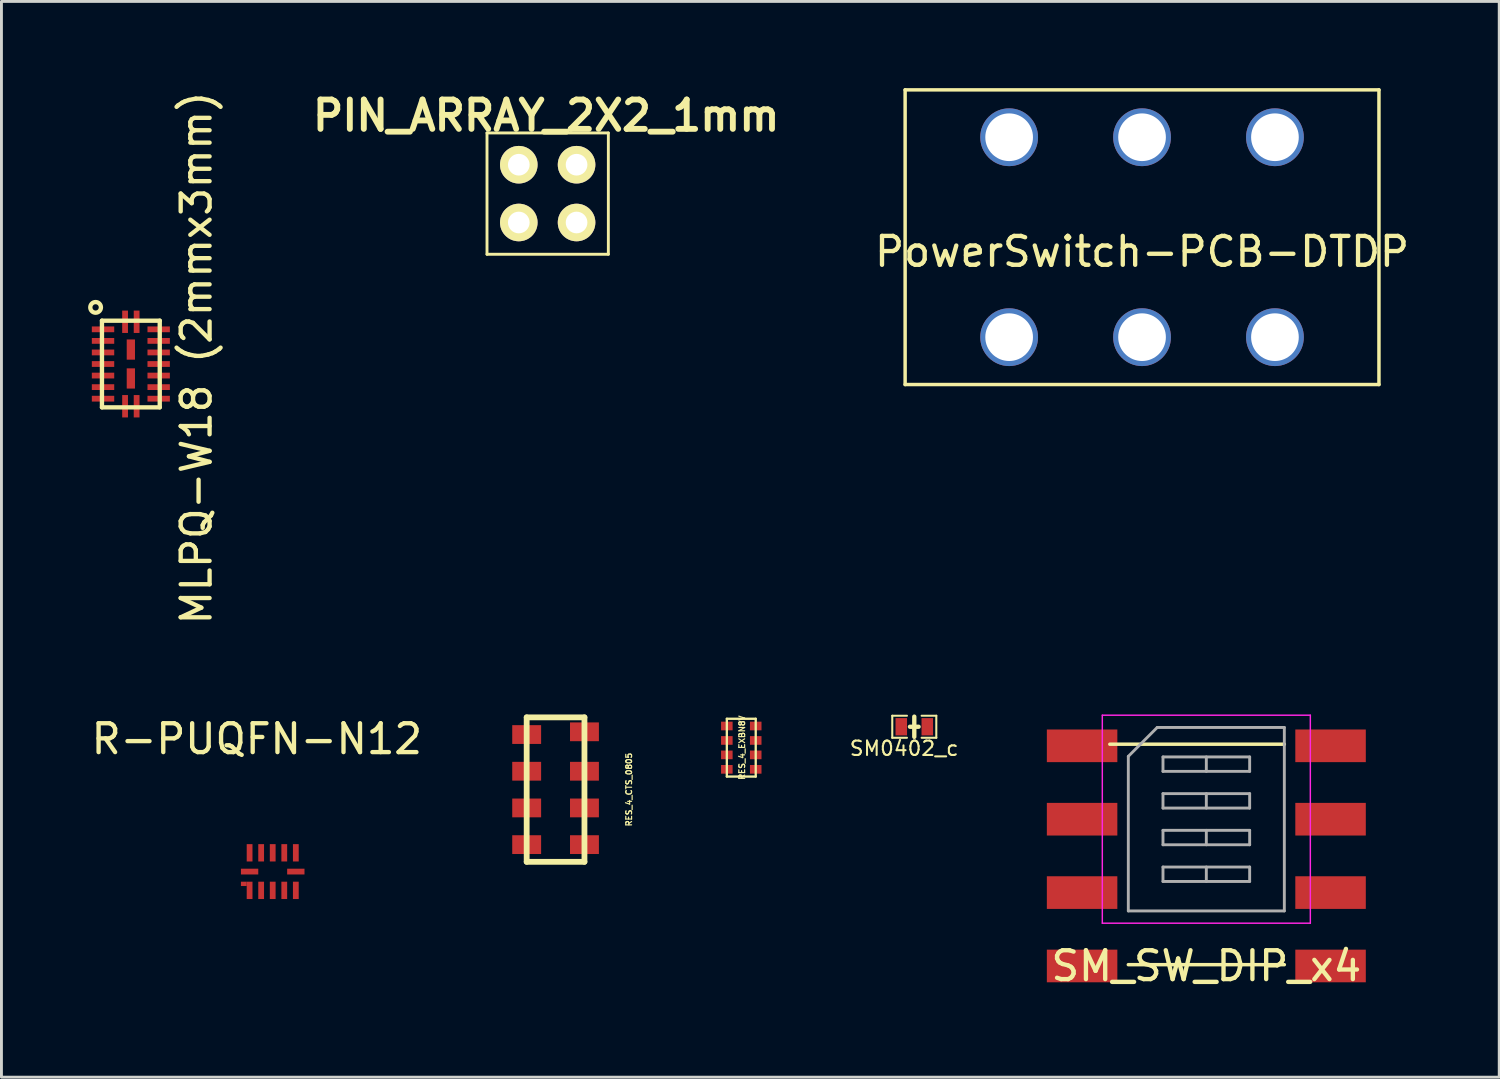
<source format=kicad_pcb>
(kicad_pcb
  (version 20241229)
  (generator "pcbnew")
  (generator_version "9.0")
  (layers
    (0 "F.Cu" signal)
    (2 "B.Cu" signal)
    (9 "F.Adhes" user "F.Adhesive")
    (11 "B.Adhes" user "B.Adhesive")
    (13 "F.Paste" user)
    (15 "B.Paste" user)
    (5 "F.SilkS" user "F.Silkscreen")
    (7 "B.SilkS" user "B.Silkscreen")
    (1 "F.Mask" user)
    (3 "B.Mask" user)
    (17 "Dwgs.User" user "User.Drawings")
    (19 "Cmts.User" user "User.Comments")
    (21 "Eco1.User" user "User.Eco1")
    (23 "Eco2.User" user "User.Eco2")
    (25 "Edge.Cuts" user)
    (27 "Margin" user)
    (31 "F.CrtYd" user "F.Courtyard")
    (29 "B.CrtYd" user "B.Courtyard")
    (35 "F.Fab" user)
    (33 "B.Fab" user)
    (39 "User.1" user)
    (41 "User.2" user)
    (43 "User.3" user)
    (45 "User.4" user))
  (footprint "PIN_ARRAY_2X2_1mm"
    (layer "F.Cu")
    (at 15.906 3.651)
    (property "Reference" "PIN_ARRAY_2X2_1mm" (at -0.05 -2.7 0) (layer "F.SilkS") (effects (font (size 1.016 1.016) (thickness 0.203))))
    (attr through_hole)
    (fp_line (start -2.1 -2.1) (end 2.1 -2.1) (stroke (width 0.1) (type solid)) (layer "F.SilkS"))
    (fp_line (start -2.1 2.1) (end -2.1 -2.1) (stroke (width 0.1) (type solid)) (layer "F.SilkS"))
    (fp_line (start 2.1 -2.1) (end 2.1 2.1) (stroke (width 0.1) (type solid)) (layer "F.SilkS"))
    (fp_line (start 2.1 2.1) (end -2.1 2.1) (stroke (width 0.1) (type solid)) (layer "F.SilkS"))
    (pad "1" thru_hole circle (at -1 1) (size 1.3 1.3) (drill 0.75) (layers "*.Cu" "*.Mask" "F.SilkS"))
    (pad "2" thru_hole circle (at -1 -1) (size 1.3 1.3) (drill 0.75) (layers "*.Cu" "*.Mask" "F.SilkS"))
    (pad "3" thru_hole circle (at 1 1) (size 1.3 1.3) (drill 0.75) (layers "*.Cu" "*.Mask" "F.SilkS"))
    (pad "4" thru_hole circle (at 1 -1) (size 1.3 1.3) (drill 0.75) (layers "*.Cu" "*.Mask" "F.SilkS")))
  (footprint "RES_4_EXBN8V"
    (layer "F.Cu")
    (at 22.607 22.828)
    (property "Reference" "RES_4_EXBN8V" (at 0.025 0 90) (layer "F.SilkS") (effects (font (size 0.201 0.201) (thickness 0.041))))
    (attr smd)
    (fp_line (start -0.5 -1) (end -0.5 1) (stroke (width 0.08) (type solid)) (layer "F.SilkS"))
    (fp_line (start -0.5 1) (end 0.5 1) (stroke (width 0.08) (type solid)) (layer "F.SilkS"))
    (fp_line (start 0.5 -1) (end -0.5 -1) (stroke (width 0.08) (type solid)) (layer "F.SilkS"))
    (fp_line (start 0.5 1) (end 0.5 -1) (stroke (width 0.08) (type solid)) (layer "F.SilkS"))
    (pad "1" smd rect (at 0.5 0.75) (size 0.4 0.3) (layers "F.Cu" "F.Mask" "F.Paste"))
    (pad "2" smd rect (at 0.5 0.25) (size 0.4 0.3) (layers "F.Cu" "F.Mask" "F.Paste"))
    (pad "3" smd rect (at 0.5 -0.25) (size 0.4 0.3) (layers "F.Cu" "F.Mask" "F.Paste"))
    (pad "4" smd rect (at 0.5 -0.75) (size 0.4 0.3) (layers "F.Cu" "F.Mask" "F.Paste"))
    (pad "5" smd rect (at -0.5 -0.75) (size 0.4 0.3) (layers "F.Cu" "F.Mask" "F.Paste"))
    (pad "6" smd rect (at -0.5 -0.25) (size 0.4 0.3) (layers "F.Cu" "F.Mask" "F.Paste"))
    (pad "7" smd rect (at -0.5 0.25) (size 0.4 0.3) (layers "F.Cu" "F.Mask" "F.Paste"))
    (pad "8" smd rect (at -0.5 0.75) (size 0.4 0.3) (layers "F.Cu" "F.Mask" "F.Paste")))
  (footprint "R-PUQFN-N12"
    (layer "F.Cu")
    (at 6.389 27.117)
    (property "Reference" "R-PUQFN-N12" (at -0.55 -4.59 0) (layer "F.SilkS") (effects (font (size 1 1) (thickness 0.15))))
    (attr through_hole)
    (pad "1" smd rect (at -1 0.425) (size 0.2 0.15) (layers "F.Cu" "F.Mask" "F.Paste"))
    (pad "1" smd rect (at -0.8 0.65) (size 0.2 0.6) (layers "F.Cu" "F.Mask" "F.Paste"))
    (pad "2" smd rect (at -0.4 0.65) (size 0.2 0.6) (layers "F.Cu" "F.Mask" "F.Paste"))
    (pad "3" smd rect (at 0 0.65) (size 0.2 0.6) (layers "F.Cu" "F.Mask" "F.Paste"))
    (pad "4" smd rect (at 0.4 0.65) (size 0.2 0.6) (layers "F.Cu" "F.Mask" "F.Paste"))
    (pad "5" smd rect (at 0.8 0.65) (size 0.2 0.6) (layers "F.Cu" "F.Mask" "F.Paste"))
    (pad "6" smd rect (at 0.8 0 90) (size 0.2 0.6) (layers "F.Cu" "F.Mask" "F.Paste"))
    (pad "7" smd rect (at 0.8 -0.65) (size 0.2 0.6) (layers "F.Cu" "F.Mask" "F.Paste"))
    (pad "8" smd rect (at 0.4 -0.65) (size 0.2 0.6) (layers "F.Cu" "F.Mask" "F.Paste"))
    (pad "9" smd rect (at 0 -0.65) (size 0.2 0.6) (layers "F.Cu" "F.Mask" "F.Paste"))
    (pad "10" smd rect (at -0.4 -0.65) (size 0.2 0.6) (layers "F.Cu" "F.Mask" "F.Paste"))
    (pad "11" smd rect (at -0.8 -0.65) (size 0.2 0.6) (layers "F.Cu" "F.Mask" "F.Paste"))
    (pad "12" smd rect (at -0.8 0 90) (size 0.2 0.6) (layers "F.Cu" "F.Mask" "F.Paste")))
  (footprint "PowerSwitch-PCB-DTDP"
    (layer "F.Cu")
    (at 36.478 5.16)
    (property "Reference" "PowerSwitch-PCB-DTDP" (at 0 0.5 0) (layer "F.SilkS") (effects (font (size 1 1) (thickness 0.15))))
    (attr through_hole)
    (fp_line (start -8.2 -5.1) (end -8.2 5.1) (stroke (width 0.12) (type solid)) (layer "F.SilkS"))
    (fp_line (start -8.2 5.1) (end 8.2 5.1) (stroke (width 0.12) (type solid)) (layer "F.SilkS"))
    (fp_line (start 8.2 -5.1) (end -8.2 -5.1) (stroke (width 0.12) (type solid)) (layer "F.SilkS"))
    (fp_line (start 8.2 5.1) (end 8.2 -5.1) (stroke (width 0.12) (type solid)) (layer "F.SilkS"))
    (pad "1" thru_hole circle (at -4.6 3.46) (size 2 2) (drill 1.65) (layers "*.Cu" "*.Mask"))
    (pad "2" thru_hole circle (at 0 3.46) (size 2 2) (drill 1.65) (layers "*.Cu" "*.Mask"))
    (pad "3" thru_hole circle (at 4.6 3.46) (size 2 2) (drill 1.65) (layers "*.Cu" "*.Mask"))
    (pad "4" thru_hole circle (at 4.6 -3.46) (size 2 2) (drill 1.65) (layers "*.Cu" "*.Mask"))
    (pad "5" thru_hole circle (at 0 -3.46) (size 2 2) (drill 1.65) (layers "*.Cu" "*.Mask"))
    (pad "6" thru_hole circle (at -4.6 -3.46) (size 2 2) (drill 1.65) (layers "*.Cu" "*.Mask")))
  (footprint "SM_SW_DIP_x4"
    (layer "F.Cu")
    (at 38.703 26.574)
    (property "Reference" "SM_SW_DIP_x4" (at 0 3.81 0) (layer "F.SilkS") (effects (font (size 1 1) (thickness 0.15))))
    (attr smd)
    (fp_line (start -3.34 -3.865) (end 2.7 -3.865) (stroke (width 0.12) (type solid)) (layer "F.SilkS"))
    (fp_line (start -2.7 3.765) (end 2.7 3.765) (stroke (width 0.12) (type solid)) (layer "F.SilkS"))
    (fp_line (start -3.6 -4.87) (end -3.6 2.33) (stroke (width 0.05) (type solid)) (layer "F.CrtYd"))
    (fp_line (start -3.6 2.33) (end 3.6 2.33) (stroke (width 0.05) (type solid)) (layer "F.CrtYd"))
    (fp_line (start 3.6 -4.87) (end -3.6 -4.87) (stroke (width 0.05) (type solid)) (layer "F.CrtYd"))
    (fp_line (start 3.6 2.33) (end 3.6 -4.87) (stroke (width 0.05) (type solid)) (layer "F.CrtYd"))
    (fp_line (start -2.7 -3.445) (end -1.7 -4.445) (stroke (width 0.1) (type solid)) (layer "F.Fab"))
    (fp_line (start -2.7 1.905) (end -2.7 -3.445) (stroke (width 0.1) (type solid)) (layer "F.Fab"))
    (fp_line (start -1.7 -4.445) (end 2.7 -4.445) (stroke (width 0.1) (type solid)) (layer "F.Fab"))
    (fp_line (start -1.5 -3.425) (end -1.5 -2.925) (stroke (width 0.1) (type solid)) (layer "F.Fab"))
    (fp_line (start -1.5 -2.925) (end 1.5 -2.925) (stroke (width 0.1) (type solid)) (layer "F.Fab"))
    (fp_line (start -1.5 -2.155) (end -1.5 -1.655) (stroke (width 0.1) (type solid)) (layer "F.Fab"))
    (fp_line (start -1.5 -1.655) (end 1.5 -1.655) (stroke (width 0.1) (type solid)) (layer "F.Fab"))
    (fp_line (start -1.5 -0.885) (end -1.5 -0.385) (stroke (width 0.1) (type solid)) (layer "F.Fab"))
    (fp_line (start -1.5 -0.385) (end 1.5 -0.385) (stroke (width 0.1) (type solid)) (layer "F.Fab"))
    (fp_line (start -1.5 0.385) (end -1.5 0.885) (stroke (width 0.1) (type solid)) (layer "F.Fab"))
    (fp_line (start -1.5 0.885) (end 1.5 0.885) (stroke (width 0.1) (type solid)) (layer "F.Fab"))
    (fp_line (start 0 -3.425) (end 0 -2.925) (stroke (width 0.1) (type solid)) (layer "F.Fab"))
    (fp_line (start 0 -2.155) (end 0 -1.655) (stroke (width 0.1) (type solid)) (layer "F.Fab"))
    (fp_line (start 0 -0.885) (end 0 -0.385) (stroke (width 0.1) (type solid)) (layer "F.Fab"))
    (fp_line (start 0 0.385) (end 0 0.885) (stroke (width 0.1) (type solid)) (layer "F.Fab"))
    (fp_line (start 1.5 -3.425) (end -1.5 -3.425) (stroke (width 0.1) (type solid)) (layer "F.Fab"))
    (fp_line (start 1.5 -2.925) (end 1.5 -3.425) (stroke (width 0.1) (type solid)) (layer "F.Fab"))
    (fp_line (start 1.5 -2.155) (end -1.5 -2.155) (stroke (width 0.1) (type solid)) (layer "F.Fab"))
    (fp_line (start 1.5 -1.655) (end 1.5 -2.155) (stroke (width 0.1) (type solid)) (layer "F.Fab"))
    (fp_line (start 1.5 -0.885) (end -1.5 -0.885) (stroke (width 0.1) (type solid)) (layer "F.Fab"))
    (fp_line (start 1.5 -0.385) (end 1.5 -0.885) (stroke (width 0.1) (type solid)) (layer "F.Fab"))
    (fp_line (start 1.5 0.385) (end -1.5 0.385) (stroke (width 0.1) (type solid)) (layer "F.Fab"))
    (fp_line (start 1.5 0.885) (end 1.5 0.385) (stroke (width 0.1) (type solid)) (layer "F.Fab"))
    (fp_line (start 2.7 -4.445) (end 2.7 1.905) (stroke (width 0.1) (type solid)) (layer "F.Fab"))
    (fp_line (start 2.7 1.905) (end -2.7 1.905) (stroke (width 0.1) (type solid)) (layer "F.Fab"))
    (pad "1" smd rect (at -4.3 -3.81) (size 2.44 1.13) (layers "F.Cu" "F.Mask"))
    (pad "2" smd rect (at -4.3 -1.27) (size 2.44 1.13) (layers "F.Cu" "F.Mask"))
    (pad "3" smd rect (at -4.3 1.27) (size 2.44 1.13) (layers "F.Cu" "F.Mask"))
    (pad "4" smd rect (at -4.3 3.81) (size 2.44 1.13) (layers "F.Cu" "F.Mask"))
    (pad "5" smd rect (at 4.3 3.81) (size 2.44 1.13) (layers "F.Cu" "F.Mask"))
    (pad "6" smd rect (at 4.3 1.27) (size 2.44 1.13) (layers "F.Cu" "F.Mask"))
    (pad "7" smd rect (at 4.3 -1.27) (size 2.44 1.13) (layers "F.Cu" "F.Mask"))
    (pad "8" smd rect (at 4.3 -3.81) (size 2.44 1.13) (layers "F.Cu" "F.Mask")))
  (footprint "SM0402_c"
    (layer "F.Cu")
    (at 28.595 22.104)
    (property "Reference" "SM0402_c" (at -0.35 0.75 0) (layer "F.SilkS") (effects (font (size 0.5 0.5) (thickness 0.071))))
    (attr smd)
    (fp_line (start -0.762 -0.381) (end -0.762 0.381) (stroke (width 0.071) (type solid)) (layer "F.SilkS"))
    (fp_line (start -0.762 0.381) (end -0.254 0.381) (stroke (width 0.071) (type solid)) (layer "F.SilkS"))
    (fp_line (start -0.254 -0.381) (end -0.762 -0.381) (stroke (width 0.071) (type solid)) (layer "F.SilkS"))
    (fp_line (start 0 0.35) (end 0 -0.35) (stroke (width 0.15) (type solid)) (layer "F.SilkS"))
    (fp_line (start 0.15 0) (end -0.15 0) (stroke (width 0.15) (type solid)) (layer "F.SilkS"))
    (fp_line (start 0.254 -0.381) (end 0.762 -0.381) (stroke (width 0.071) (type solid)) (layer "F.SilkS"))
    (fp_line (start 0.762 -0.381) (end 0.762 0.381) (stroke (width 0.071) (type solid)) (layer "F.SilkS"))
    (fp_line (start 0.762 0.381) (end 0.254 0.381) (stroke (width 0.071) (type solid)) (layer "F.SilkS"))
    (pad "1" smd rect (at -0.45 0) (size 0.399 0.599) (layers "F.Cu" "F.Mask" "F.Paste"))
    (pad "2" smd rect (at 0.45 0) (size 0.399 0.599) (layers "F.Cu" "F.Mask" "F.Paste")))
  (footprint "MLPQ-W18 (2mmx3mm)"
    (layer "F.Cu")
    (at 1.479 9.549)
    (property "Reference" "MLPQ-W18 (2mmx3mm)" (at 2.27 -0.21 90) (layer "F.SilkS") (effects (font (size 1 1) (thickness 0.15))))
    (attr through_hole)
    (fp_line (start -1 -1.5) (end -1 1.5) (stroke (width 0.15) (type solid)) (layer "F.SilkS"))
    (fp_line (start -1 1.5) (end 1 1.5) (stroke (width 0.15) (type solid)) (layer "F.SilkS"))
    (fp_line (start 1 -1.5) (end -1 -1.5) (stroke (width 0.15) (type solid)) (layer "F.SilkS"))
    (fp_line (start 1 1.5) (end 1 -1.5) (stroke (width 0.15) (type solid)) (layer "F.SilkS"))
    (fp_circle (center -1.22 -1.96) (end -1.08 -1.84) (stroke (width 0.15) (type solid)) (fill no) (layer "F.SilkS"))
    (pad "1" smd rect (at -0.963 -1.2) (size 0.775 0.2) (layers "F.Cu" "F.Mask" "F.Paste"))
    (pad "2" smd rect (at -0.963 -0.8) (size 0.775 0.2) (layers "F.Cu" "F.Mask" "F.Paste"))
    (pad "3" smd rect (at -0.963 -0.4) (size 0.775 0.2) (layers "F.Cu" "F.Mask" "F.Paste"))
    (pad "4" smd rect (at -0.963 0) (size 0.775 0.2) (layers "F.Cu" "F.Mask" "F.Paste"))
    (pad "5" smd rect (at -0.963 0.4) (size 0.775 0.2) (layers "F.Cu" "F.Mask" "F.Paste"))
    (pad "6" smd rect (at -0.963 0.8) (size 0.775 0.2) (layers "F.Cu" "F.Mask" "F.Paste"))
    (pad "7" smd rect (at -0.963 1.2) (size 0.775 0.2) (layers "F.Cu" "F.Mask" "F.Paste"))
    (pad "8" smd rect (at -0.2 1.462 90) (size 0.775 0.2) (layers "F.Cu" "F.Mask" "F.Paste"))
    (pad "9" smd rect (at 0.2 1.462 90) (size 0.775 0.2) (layers "F.Cu" "F.Mask" "F.Paste"))
    (pad "10" smd rect (at 0.963 1.2) (size 0.775 0.2) (layers "F.Cu" "F.Mask" "F.Paste"))
    (pad "11" smd rect (at 0.963 0.8) (size 0.775 0.2) (layers "F.Cu" "F.Mask" "F.Paste"))
    (pad "12" smd rect (at 0.963 0.4) (size 0.775 0.2) (layers "F.Cu" "F.Mask" "F.Paste"))
    (pad "13" smd rect (at 0.963 0) (size 0.775 0.2) (layers "F.Cu" "F.Mask" "F.Paste"))
    (pad "14" smd rect (at 0.963 -0.4) (size 0.775 0.2) (layers "F.Cu" "F.Mask" "F.Paste"))
    (pad "15" smd rect (at 0.963 -0.8) (size 0.775 0.2) (layers "F.Cu" "F.Mask" "F.Paste"))
    (pad "16" smd rect (at 0.963 -1.2) (size 0.775 0.2) (layers "F.Cu" "F.Mask" "F.Paste"))
    (pad "17" smd rect (at 0.2 -1.462 90) (size 0.775 0.2) (layers "F.Cu" "F.Mask" "F.Paste"))
    (pad "18" smd rect (at -0.2 -1.462 90) (size 0.775 0.2) (layers "F.Cu" "F.Mask" "F.Paste"))
    (pad "T1" smd rect (at 0 -0.5 90) (size 0.7 0.286) (layers "F.Cu" "F.Mask" "F.Paste"))
    (pad "T2" smd rect (at 0 0.5 90) (size 0.7 0.286) (layers "F.Cu" "F.Mask" "F.Paste")))
  (footprint "RES_4_CTS_0805"
    (layer "F.Cu")
    (at 16.179 24.279)
    (property "Reference" "RES_4_CTS_0805" (at 2.54 0 90) (layer "F.SilkS") (effects (font (size 0.201 0.201) (thickness 0.041))))
    (attr smd)
    (fp_line (start -1 -2.5) (end -1 2.5) (stroke (width 0.2) (type solid)) (layer "F.SilkS"))
    (fp_line (start -1 2.5) (end 1 2.5) (stroke (width 0.2) (type solid)) (layer "F.SilkS"))
    (fp_line (start 1 -2.5) (end -1 -2.5) (stroke (width 0.2) (type solid)) (layer "F.SilkS"))
    (fp_line (start 1 2.5) (end 1 -2.5) (stroke (width 0.2) (type solid)) (layer "F.SilkS"))
    (pad "1" smd rect (at -1 -1.905) (size 1 0.65) (layers "F.Cu" "F.Mask" "F.Paste"))
    (pad "2" smd rect (at -1 -0.635) (size 1 0.65) (layers "F.Cu" "F.Mask" "F.Paste"))
    (pad "3" smd rect (at -1 0.635) (size 1 0.65) (layers "F.Cu" "F.Mask" "F.Paste"))
    (pad "4" smd rect (at -1 1.905) (size 1 0.65) (layers "F.Cu" "F.Mask" "F.Paste"))
    (pad "5" smd rect (at 1 1.905) (size 1 0.65) (layers "F.Cu" "F.Mask" "F.Paste"))
    (pad "6" smd rect (at 1 0.635) (size 1 0.65) (layers "F.Cu" "F.Mask" "F.Paste"))
    (pad "7" smd rect (at 1 -0.635) (size 1 0.65) (layers "F.Cu" "F.Mask" "F.Paste"))
    (pad "8" smd rect (at 1 -2) (size 1 0.65) (layers "F.Cu" "F.Mask" "F.Paste")))
  (gr_rect
    (start -3 -3)
    (end 48.841 34.232)
    (stroke (width 0.1) (type default))
    (fill no)
    (layer "Edge.Cuts")))
</source>
